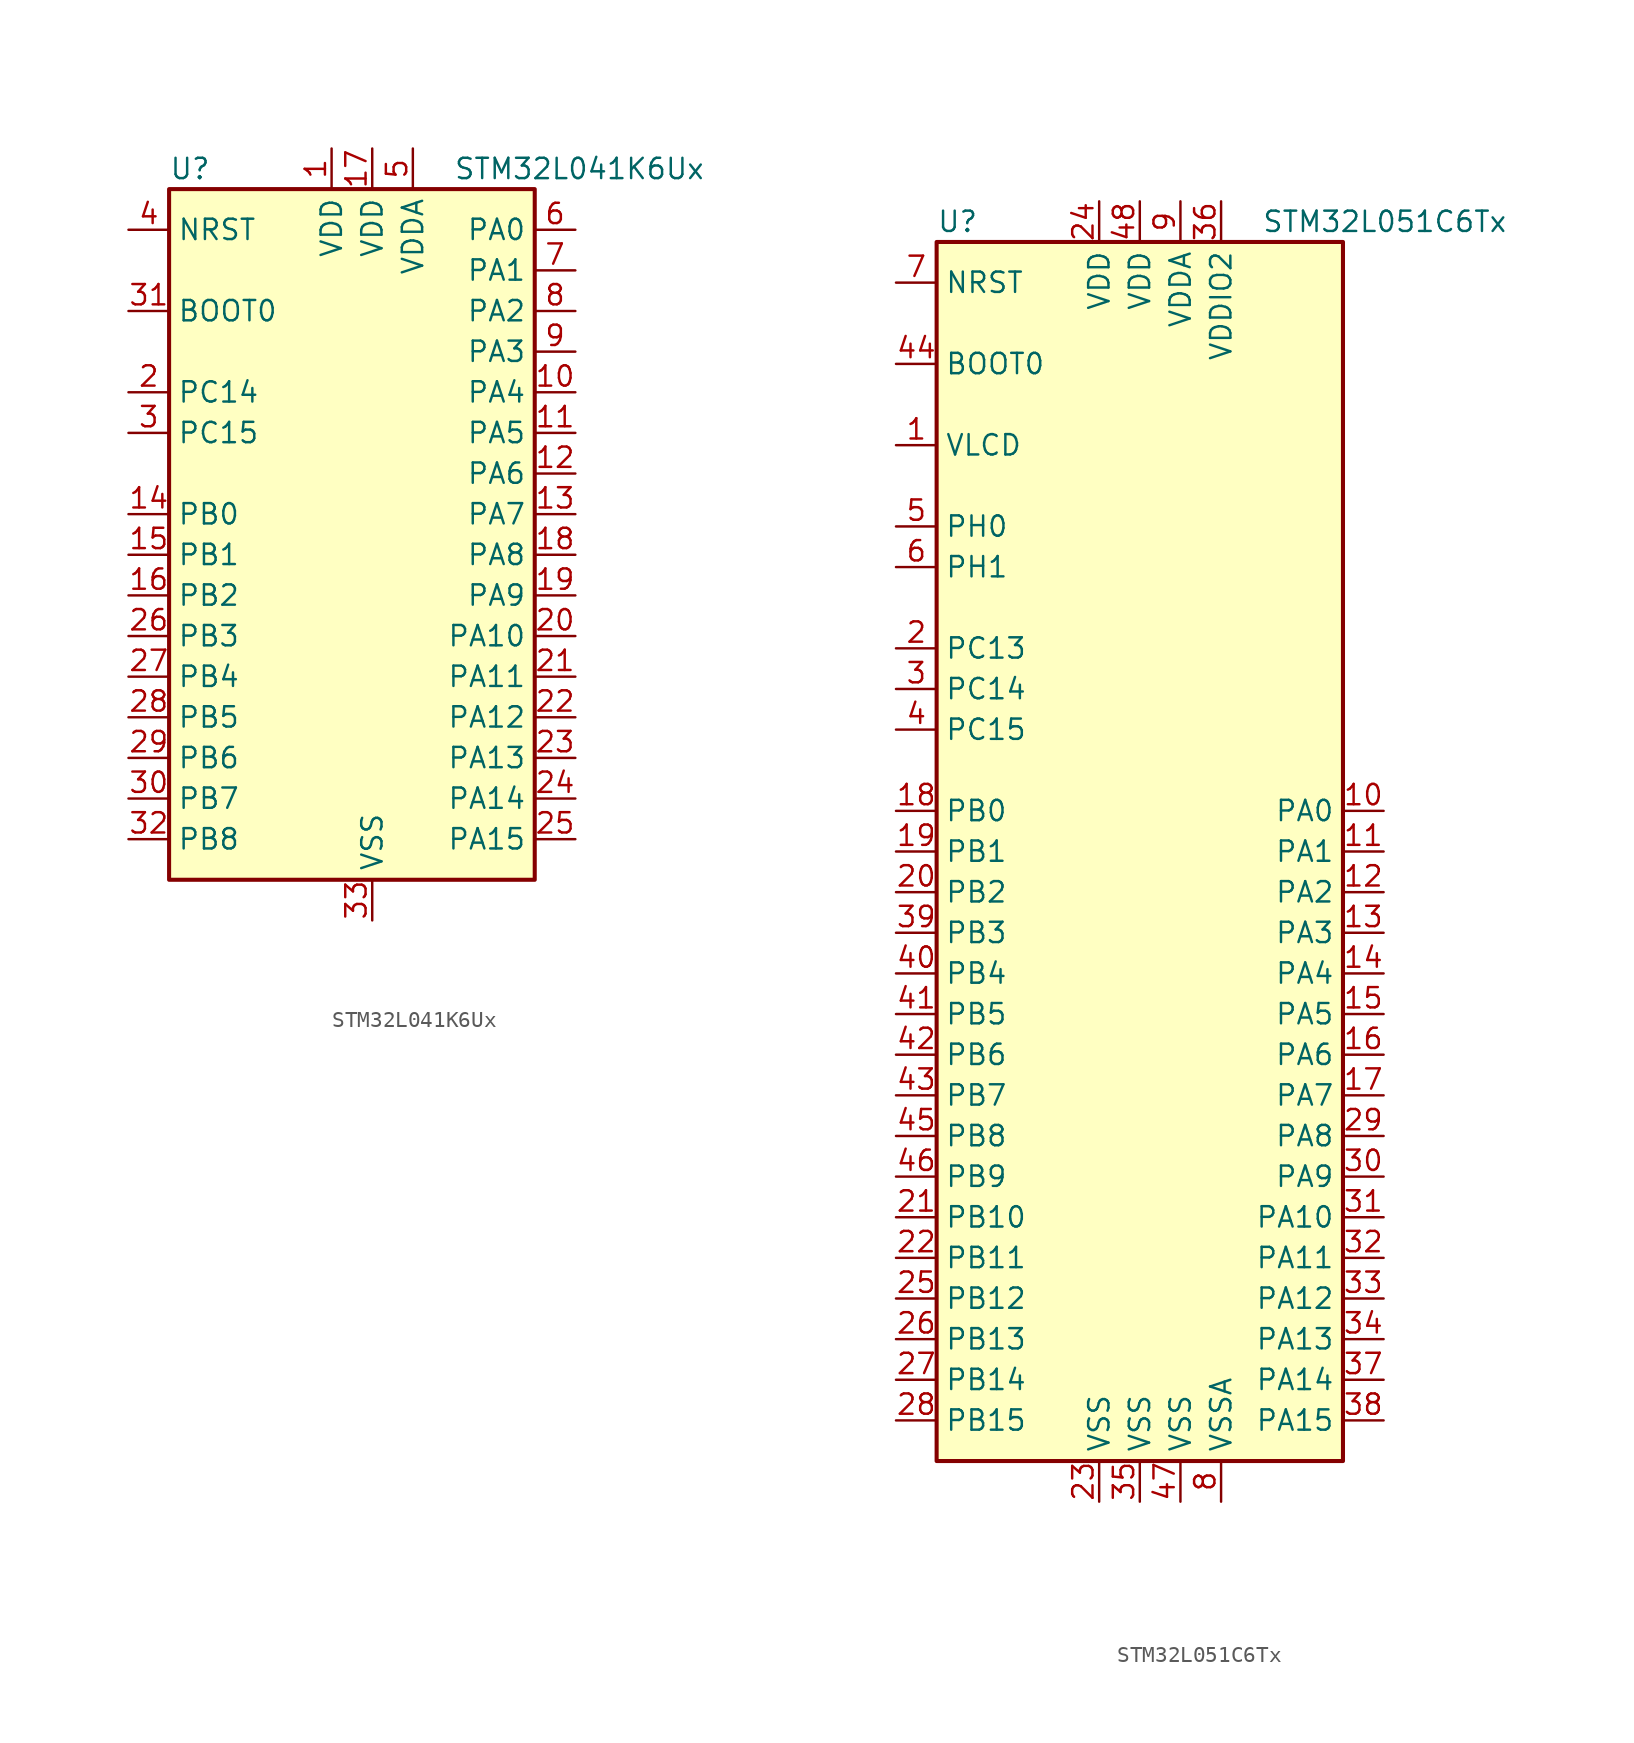
<source format=kicad_sym>
(kicad_symbol_lib
  (version 20211014)
  (generator kicad_symbol_editor)
  (symbol "STM32L041K6Ux"
    (property "Reference" "U"
      (at -12.7 21.59 0)
      (effects (font (size 1.27 1.27)) (justify left)))
    (property "Value" "STM32L041K6Ux"
      (at 5.08 21.59 0)
      (effects (font (size 1.27 1.27)) (justify left)))
    (symbol "STM32L041K6Ux_0_1"
      (rectangle (start -12.7 -22.86) (end 10.16 20.32) (stroke (width 0.254) (type default) (color 0 0 0 0)) (fill (type background))))
    (symbol "STM32L041K6Ux_1_1"
      (pin power_in line (at -2.54 22.86 270) (length 2.54) (name "VDD" (effects (font (size 1.27 1.27)))) (number "1" (effects (font (size 1.27 1.27)))))
      (pin bidirectional line (at 12.7 7.62 180) (length 2.54) (name "PA4" (effects (font (size 1.27 1.27)))) (number "10" (effects (font (size 1.27 1.27)))))
      (pin bidirectional line (at 12.7 5.08 180) (length 2.54) (name "PA5" (effects (font (size 1.27 1.27)))) (number "11" (effects (font (size 1.27 1.27)))))
      (pin bidirectional line (at 12.7 2.54 180) (length 2.54) (name "PA6" (effects (font (size 1.27 1.27)))) (number "12" (effects (font (size 1.27 1.27)))))
      (pin bidirectional line (at 12.7 0 180) (length 2.54) (name "PA7" (effects (font (size 1.27 1.27)))) (number "13" (effects (font (size 1.27 1.27)))))
      (pin bidirectional line (at -15.24 0 0) (length 2.54) (name "PB0" (effects (font (size 1.27 1.27)))) (number "14" (effects (font (size 1.27 1.27)))))
      (pin bidirectional line (at -15.24 -2.54 0) (length 2.54) (name "PB1" (effects (font (size 1.27 1.27)))) (number "15" (effects (font (size 1.27 1.27)))))
      (pin bidirectional line (at -15.24 -5.08 0) (length 2.54) (name "PB2" (effects (font (size 1.27 1.27)))) (number "16" (effects (font (size 1.27 1.27)))))
      (pin power_in line (at 0 22.86 270) (length 2.54) (name "VDD" (effects (font (size 1.27 1.27)))) (number "17" (effects (font (size 1.27 1.27)))))
      (pin bidirectional line (at 12.7 -2.54 180) (length 2.54) (name "PA8" (effects (font (size 1.27 1.27)))) (number "18" (effects (font (size 1.27 1.27)))))
      (pin bidirectional line (at 12.7 -5.08 180) (length 2.54) (name "PA9" (effects (font (size 1.27 1.27)))) (number "19" (effects (font (size 1.27 1.27)))))
      (pin bidirectional line (at -15.24 7.62 0) (length 2.54) (name "PC14" (effects (font (size 1.27 1.27)))) (number "2" (effects (font (size 1.27 1.27)))))
      (pin bidirectional line (at 12.7 -7.62 180) (length 2.54) (name "PA10" (effects (font (size 1.27 1.27)))) (number "20" (effects (font (size 1.27 1.27)))))
      (pin bidirectional line (at 12.7 -10.16 180) (length 2.54) (name "PA11" (effects (font (size 1.27 1.27)))) (number "21" (effects (font (size 1.27 1.27)))))
      (pin bidirectional line (at 12.7 -12.7 180) (length 2.54) (name "PA12" (effects (font (size 1.27 1.27)))) (number "22" (effects (font (size 1.27 1.27)))))
      (pin bidirectional line (at 12.7 -15.24 180) (length 2.54) (name "PA13" (effects (font (size 1.27 1.27)))) (number "23" (effects (font (size 1.27 1.27)))))
      (pin bidirectional line (at 12.7 -17.78 180) (length 2.54) (name "PA14" (effects (font (size 1.27 1.27)))) (number "24" (effects (font (size 1.27 1.27)))))
      (pin bidirectional line (at 12.7 -20.32 180) (length 2.54) (name "PA15" (effects (font (size 1.27 1.27)))) (number "25" (effects (font (size 1.27 1.27)))))
      (pin bidirectional line (at -15.24 -7.62 0) (length 2.54) (name "PB3" (effects (font (size 1.27 1.27)))) (number "26" (effects (font (size 1.27 1.27)))))
      (pin bidirectional line (at -15.24 -10.16 0) (length 2.54) (name "PB4" (effects (font (size 1.27 1.27)))) (number "27" (effects (font (size 1.27 1.27)))))
      (pin bidirectional line (at -15.24 -12.7 0) (length 2.54) (name "PB5" (effects (font (size 1.27 1.27)))) (number "28" (effects (font (size 1.27 1.27)))))
      (pin bidirectional line (at -15.24 -15.24 0) (length 2.54) (name "PB6" (effects (font (size 1.27 1.27)))) (number "29" (effects (font (size 1.27 1.27)))))
      (pin bidirectional line (at -15.24 5.08 0) (length 2.54) (name "PC15" (effects (font (size 1.27 1.27)))) (number "3" (effects (font (size 1.27 1.27)))))
      (pin bidirectional line (at -15.24 -17.78 0) (length 2.54) (name "PB7" (effects (font (size 1.27 1.27)))) (number "30" (effects (font (size 1.27 1.27)))))
      (pin input line (at -15.24 12.7 0) (length 2.54) (name "BOOT0" (effects (font (size 1.27 1.27)))) (number "31" (effects (font (size 1.27 1.27)))))
      (pin bidirectional line (at -15.24 -20.32 0) (length 2.54) (name "PB8" (effects (font (size 1.27 1.27)))) (number "32" (effects (font (size 1.27 1.27)))))
      (pin power_in line (at 0 -25.4 90) (length 2.54) (name "VSS" (effects (font (size 1.27 1.27)))) (number "33" (effects (font (size 1.27 1.27)))))
      (pin input line (at -15.24 17.78 0) (length 2.54) (name "NRST" (effects (font (size 1.27 1.27)))) (number "4" (effects (font (size 1.27 1.27)))))
      (pin power_in line (at 2.54 22.86 270) (length 2.54) (name "VDDA" (effects (font (size 1.27 1.27)))) (number "5" (effects (font (size 1.27 1.27)))))
      (pin bidirectional line (at 12.7 17.78 180) (length 2.54) (name "PA0" (effects (font (size 1.27 1.27)))) (number "6" (effects (font (size 1.27 1.27)))))
      (pin bidirectional line (at 12.7 15.24 180) (length 2.54) (name "PA1" (effects (font (size 1.27 1.27)))) (number "7" (effects (font (size 1.27 1.27)))))
      (pin bidirectional line (at 12.7 12.7 180) (length 2.54) (name "PA2" (effects (font (size 1.27 1.27)))) (number "8" (effects (font (size 1.27 1.27)))))
      (pin bidirectional line (at 12.7 10.16 180) (length 2.54) (name "PA3" (effects (font (size 1.27 1.27)))) (number "9" (effects (font (size 1.27 1.27)))))))
  (symbol "STM32L051C6Tx"
    (property "Reference" "U"
      (at -12.7 39.37 0)
      (effects (font (size 1.27 1.27)) (justify left)))
    (property "Value" "STM32L051C6Tx"
      (at 7.62 39.37 0)
      (effects (font (size 1.27 1.27)) (justify left)))
    (symbol "STM32L051C6Tx_0_1"
      (rectangle (start -12.7 -38.1) (end 12.7 38.1) (stroke (width 0.254) (type default) (color 0 0 0 0)) (fill (type background))))
    (symbol "STM32L051C6Tx_1_1"
      (pin power_in line (at -15.24 25.4 0) (length 2.54) (name "VLCD" (effects (font (size 1.27 1.27)))) (number "1" (effects (font (size 1.27 1.27)))))
      (pin bidirectional line (at 15.24 2.54 180) (length 2.54) (name "PA0" (effects (font (size 1.27 1.27)))) (number "10" (effects (font (size 1.27 1.27)))))
      (pin bidirectional line (at 15.24 0 180) (length 2.54) (name "PA1" (effects (font (size 1.27 1.27)))) (number "11" (effects (font (size 1.27 1.27)))))
      (pin bidirectional line (at 15.24 -2.54 180) (length 2.54) (name "PA2" (effects (font (size 1.27 1.27)))) (number "12" (effects (font (size 1.27 1.27)))))
      (pin bidirectional line (at 15.24 -5.08 180) (length 2.54) (name "PA3" (effects (font (size 1.27 1.27)))) (number "13" (effects (font (size 1.27 1.27)))))
      (pin bidirectional line (at 15.24 -7.62 180) (length 2.54) (name "PA4" (effects (font (size 1.27 1.27)))) (number "14" (effects (font (size 1.27 1.27)))))
      (pin bidirectional line (at 15.24 -10.16 180) (length 2.54) (name "PA5" (effects (font (size 1.27 1.27)))) (number "15" (effects (font (size 1.27 1.27)))))
      (pin bidirectional line (at 15.24 -12.7 180) (length 2.54) (name "PA6" (effects (font (size 1.27 1.27)))) (number "16" (effects (font (size 1.27 1.27)))))
      (pin bidirectional line (at 15.24 -15.24 180) (length 2.54) (name "PA7" (effects (font (size 1.27 1.27)))) (number "17" (effects (font (size 1.27 1.27)))))
      (pin bidirectional line (at -15.24 2.54 0) (length 2.54) (name "PB0" (effects (font (size 1.27 1.27)))) (number "18" (effects (font (size 1.27 1.27)))))
      (pin bidirectional line (at -15.24 0 0) (length 2.54) (name "PB1" (effects (font (size 1.27 1.27)))) (number "19" (effects (font (size 1.27 1.27)))))
      (pin bidirectional line (at -15.24 12.7 0) (length 2.54) (name "PC13" (effects (font (size 1.27 1.27)))) (number "2" (effects (font (size 1.27 1.27)))))
      (pin bidirectional line (at -15.24 -2.54 0) (length 2.54) (name "PB2" (effects (font (size 1.27 1.27)))) (number "20" (effects (font (size 1.27 1.27)))))
      (pin bidirectional line (at -15.24 -22.86 0) (length 2.54) (name "PB10" (effects (font (size 1.27 1.27)))) (number "21" (effects (font (size 1.27 1.27)))))
      (pin bidirectional line (at -15.24 -25.4 0) (length 2.54) (name "PB11" (effects (font (size 1.27 1.27)))) (number "22" (effects (font (size 1.27 1.27)))))
      (pin power_in line (at -2.54 -40.64 90) (length 2.54) (name "VSS" (effects (font (size 1.27 1.27)))) (number "23" (effects (font (size 1.27 1.27)))))
      (pin power_in line (at -2.54 40.64 270) (length 2.54) (name "VDD" (effects (font (size 1.27 1.27)))) (number "24" (effects (font (size 1.27 1.27)))))
      (pin bidirectional line (at -15.24 -27.94 0) (length 2.54) (name "PB12" (effects (font (size 1.27 1.27)))) (number "25" (effects (font (size 1.27 1.27)))))
      (pin bidirectional line (at -15.24 -30.48 0) (length 2.54) (name "PB13" (effects (font (size 1.27 1.27)))) (number "26" (effects (font (size 1.27 1.27)))))
      (pin bidirectional line (at -15.24 -33.02 0) (length 2.54) (name "PB14" (effects (font (size 1.27 1.27)))) (number "27" (effects (font (size 1.27 1.27)))))
      (pin bidirectional line (at -15.24 -35.56 0) (length 2.54) (name "PB15" (effects (font (size 1.27 1.27)))) (number "28" (effects (font (size 1.27 1.27)))))
      (pin bidirectional line (at 15.24 -17.78 180) (length 2.54) (name "PA8" (effects (font (size 1.27 1.27)))) (number "29" (effects (font (size 1.27 1.27)))))
      (pin bidirectional line (at -15.24 10.16 0) (length 2.54) (name "PC14" (effects (font (size 1.27 1.27)))) (number "3" (effects (font (size 1.27 1.27)))))
      (pin bidirectional line (at 15.24 -20.32 180) (length 2.54) (name "PA9" (effects (font (size 1.27 1.27)))) (number "30" (effects (font (size 1.27 1.27)))))
      (pin bidirectional line (at 15.24 -22.86 180) (length 2.54) (name "PA10" (effects (font (size 1.27 1.27)))) (number "31" (effects (font (size 1.27 1.27)))))
      (pin bidirectional line (at 15.24 -25.4 180) (length 2.54) (name "PA11" (effects (font (size 1.27 1.27)))) (number "32" (effects (font (size 1.27 1.27)))))
      (pin bidirectional line (at 15.24 -27.94 180) (length 2.54) (name "PA12" (effects (font (size 1.27 1.27)))) (number "33" (effects (font (size 1.27 1.27)))))
      (pin bidirectional line (at 15.24 -30.48 180) (length 2.54) (name "PA13" (effects (font (size 1.27 1.27)))) (number "34" (effects (font (size 1.27 1.27)))))
      (pin power_in line (at 0 -40.64 90) (length 2.54) (name "VSS" (effects (font (size 1.27 1.27)))) (number "35" (effects (font (size 1.27 1.27)))))
      (pin power_in line (at 5.08 40.64 270) (length 2.54) (name "VDDIO2" (effects (font (size 1.27 1.27)))) (number "36" (effects (font (size 1.27 1.27)))))
      (pin bidirectional line (at 15.24 -33.02 180) (length 2.54) (name "PA14" (effects (font (size 1.27 1.27)))) (number "37" (effects (font (size 1.27 1.27)))))
      (pin bidirectional line (at 15.24 -35.56 180) (length 2.54) (name "PA15" (effects (font (size 1.27 1.27)))) (number "38" (effects (font (size 1.27 1.27)))))
      (pin bidirectional line (at -15.24 -5.08 0) (length 2.54) (name "PB3" (effects (font (size 1.27 1.27)))) (number "39" (effects (font (size 1.27 1.27)))))
      (pin bidirectional line (at -15.24 7.62 0) (length 2.54) (name "PC15" (effects (font (size 1.27 1.27)))) (number "4" (effects (font (size 1.27 1.27)))))
      (pin bidirectional line (at -15.24 -7.62 0) (length 2.54) (name "PB4" (effects (font (size 1.27 1.27)))) (number "40" (effects (font (size 1.27 1.27)))))
      (pin bidirectional line (at -15.24 -10.16 0) (length 2.54) (name "PB5" (effects (font (size 1.27 1.27)))) (number "41" (effects (font (size 1.27 1.27)))))
      (pin bidirectional line (at -15.24 -12.7 0) (length 2.54) (name "PB6" (effects (font (size 1.27 1.27)))) (number "42" (effects (font (size 1.27 1.27)))))
      (pin bidirectional line (at -15.24 -15.24 0) (length 2.54) (name "PB7" (effects (font (size 1.27 1.27)))) (number "43" (effects (font (size 1.27 1.27)))))
      (pin input line (at -15.24 30.48 0) (length 2.54) (name "BOOT0" (effects (font (size 1.27 1.27)))) (number "44" (effects (font (size 1.27 1.27)))))
      (pin bidirectional line (at -15.24 -17.78 0) (length 2.54) (name "PB8" (effects (font (size 1.27 1.27)))) (number "45" (effects (font (size 1.27 1.27)))))
      (pin bidirectional line (at -15.24 -20.32 0) (length 2.54) (name "PB9" (effects (font (size 1.27 1.27)))) (number "46" (effects (font (size 1.27 1.27)))))
      (pin power_in line (at 2.54 -40.64 90) (length 2.54) (name "VSS" (effects (font (size 1.27 1.27)))) (number "47" (effects (font (size 1.27 1.27)))))
      (pin power_in line (at 0 40.64 270) (length 2.54) (name "VDD" (effects (font (size 1.27 1.27)))) (number "48" (effects (font (size 1.27 1.27)))))
      (pin input line (at -15.24 20.32 0) (length 2.54) (name "PH0" (effects (font (size 1.27 1.27)))) (number "5" (effects (font (size 1.27 1.27)))))
      (pin input line (at -15.24 17.78 0) (length 2.54) (name "PH1" (effects (font (size 1.27 1.27)))) (number "6" (effects (font (size 1.27 1.27)))))
      (pin input line (at -15.24 35.56 0) (length 2.54) (name "NRST" (effects (font (size 1.27 1.27)))) (number "7" (effects (font (size 1.27 1.27)))))
      (pin power_in line (at 5.08 -40.64 90) (length 2.54) (name "VSSA" (effects (font (size 1.27 1.27)))) (number "8" (effects (font (size 1.27 1.27)))))
      (pin power_in line (at 2.54 40.64 270) (length 2.54) (name "VDDA" (effects (font (size 1.27 1.27)))) (number "9" (effects (font (size 1.27 1.27))))))))
</source>
